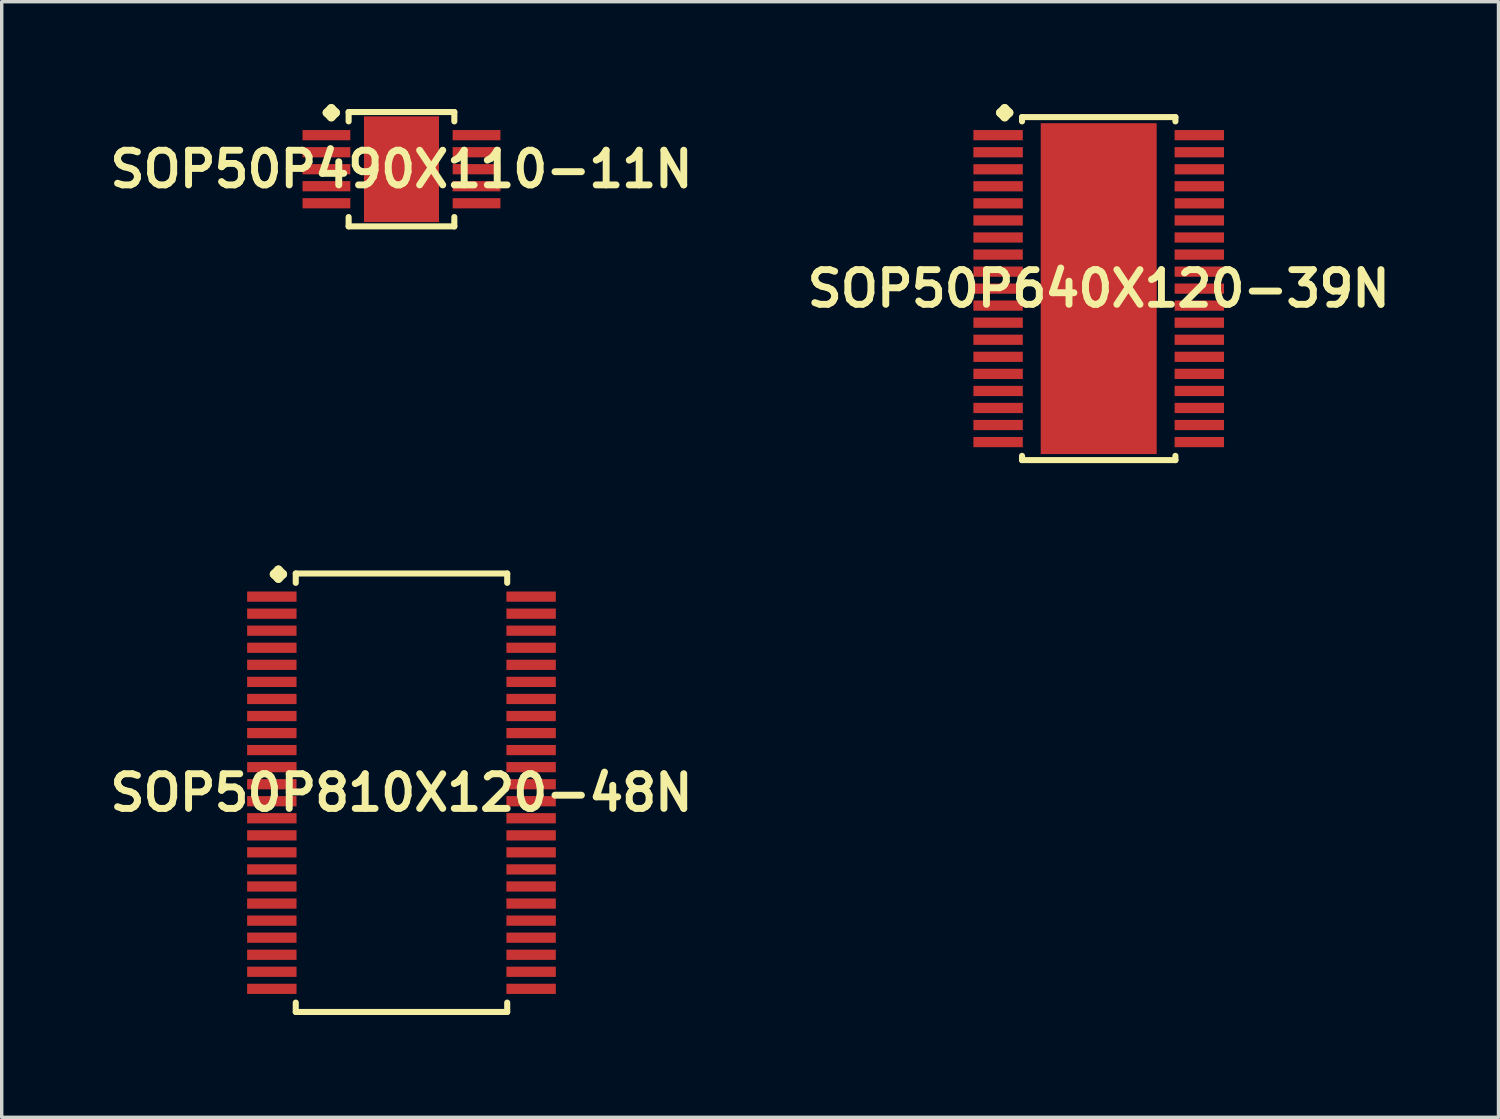
<source format=kicad_pcb>
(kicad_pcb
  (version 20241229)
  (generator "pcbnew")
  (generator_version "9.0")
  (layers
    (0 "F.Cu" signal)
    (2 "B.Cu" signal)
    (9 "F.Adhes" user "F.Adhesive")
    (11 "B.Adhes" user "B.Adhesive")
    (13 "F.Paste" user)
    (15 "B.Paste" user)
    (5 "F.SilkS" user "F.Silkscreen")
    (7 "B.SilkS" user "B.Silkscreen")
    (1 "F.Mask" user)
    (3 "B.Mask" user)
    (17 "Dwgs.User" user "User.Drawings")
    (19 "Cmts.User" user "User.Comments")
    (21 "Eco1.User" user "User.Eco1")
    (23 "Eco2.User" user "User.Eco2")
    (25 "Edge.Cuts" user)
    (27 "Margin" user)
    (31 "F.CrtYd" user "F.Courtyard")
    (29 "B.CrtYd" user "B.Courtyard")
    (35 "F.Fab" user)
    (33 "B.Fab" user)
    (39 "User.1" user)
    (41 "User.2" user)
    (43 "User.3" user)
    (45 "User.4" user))
  (footprint "SOP50P490X110-11N"
    (layer "F.Cu")
    (at 8.718 1.91)
    (property "Reference" "SOP50P490X110-11N" (at 0 0 0) (layer "F.SilkS") (effects (font (size 1.016 1.016) (thickness 0.203))))
    (attr smd)
    (fp_line (start -2.184 -1.656) (end -2.057 -1.783) (stroke (width 0.254) (type solid)) (layer "F.SilkS"))
    (fp_line (start -2.057 -1.783) (end -1.93 -1.656) (stroke (width 0.254) (type solid)) (layer "F.SilkS"))
    (fp_line (start -2.057 -1.529) (end -2.184 -1.656) (stroke (width 0.254) (type solid)) (layer "F.SilkS"))
    (fp_line (start -1.93 -1.656) (end -2.057 -1.529) (stroke (width 0.254) (type solid)) (layer "F.SilkS"))
    (fp_line (start -1.549 -1.676) (end 1.549 -1.676) (stroke (width 0.178) (type solid)) (layer "F.SilkS"))
    (fp_line (start -1.549 -1.402) (end -1.549 -1.676) (stroke (width 0.178) (type solid)) (layer "F.SilkS"))
    (fp_line (start -1.549 1.402) (end -1.549 1.676) (stroke (width 0.178) (type solid)) (layer "F.SilkS"))
    (fp_line (start -1.549 1.676) (end 1.549 1.676) (stroke (width 0.178) (type solid)) (layer "F.SilkS"))
    (fp_line (start 1.549 -1.676) (end 1.549 -1.402) (stroke (width 0.178) (type solid)) (layer "F.SilkS"))
    (fp_line (start 1.549 1.676) (end 1.549 1.402) (stroke (width 0.178) (type solid)) (layer "F.SilkS"))
    (pad "1" smd rect (at -2.2 -0.998) (size 1.4 0.3) (layers "F.Cu" "F.Mask" "F.Paste"))
    (pad "2" smd rect (at -2.2 -0.498) (size 1.4 0.3) (layers "F.Cu" "F.Mask" "F.Paste"))
    (pad "3" smd rect (at -2.2 0) (size 1.4 0.3) (layers "F.Cu" "F.Mask" "F.Paste"))
    (pad "4" smd rect (at -2.2 0.498) (size 1.4 0.3) (layers "F.Cu" "F.Mask" "F.Paste"))
    (pad "5" smd rect (at -2.2 0.998) (size 1.4 0.3) (layers "F.Cu" "F.Mask" "F.Paste"))
    (pad "6" smd rect (at 2.2 0.998) (size 1.4 0.3) (layers "F.Cu" "F.Mask" "F.Paste"))
    (pad "7" smd rect (at 2.2 0.498) (size 1.4 0.3) (layers "F.Cu" "F.Mask" "F.Paste"))
    (pad "8" smd rect (at 2.2 0) (size 1.4 0.3) (layers "F.Cu" "F.Mask" "F.Paste"))
    (pad "9" smd rect (at 2.2 -0.498) (size 1.4 0.3) (layers "F.Cu" "F.Mask" "F.Paste"))
    (pad "10" smd rect (at 2.2 -0.998) (size 1.4 0.3) (layers "F.Cu" "F.Mask" "F.Paste"))
    (pad "11" smd rect (at 0 0) (size 2.2 3.099) (layers "F.Cu" "F.Mask" "F.Paste")))
  (footprint "SOP50P810X120-48N"
    (layer "F.Cu")
    (at 8.718 20.186)
    (property "Reference" "SOP50P810X120-48N" (at 0 0 0) (layer "F.SilkS") (effects (font (size 1.016 1.016) (thickness 0.203))))
    (attr smd)
    (fp_line (start -3.734 -6.406) (end -3.607 -6.533) (stroke (width 0.254) (type solid)) (layer "F.SilkS"))
    (fp_line (start -3.607 -6.533) (end -3.48 -6.406) (stroke (width 0.254) (type solid)) (layer "F.SilkS"))
    (fp_line (start -3.607 -6.279) (end -3.734 -6.406) (stroke (width 0.254) (type solid)) (layer "F.SilkS"))
    (fp_line (start -3.48 -6.406) (end -3.607 -6.279) (stroke (width 0.254) (type solid)) (layer "F.SilkS"))
    (fp_line (start -3.099 -6.426) (end 3.099 -6.426) (stroke (width 0.178) (type solid)) (layer "F.SilkS"))
    (fp_line (start -3.099 -6.152) (end -3.099 -6.426) (stroke (width 0.178) (type solid)) (layer "F.SilkS"))
    (fp_line (start -3.099 6.152) (end -3.099 6.426) (stroke (width 0.178) (type solid)) (layer "F.SilkS"))
    (fp_line (start -3.099 6.426) (end 3.099 6.426) (stroke (width 0.178) (type solid)) (layer "F.SilkS"))
    (fp_line (start 3.099 -6.426) (end 3.099 -6.152) (stroke (width 0.178) (type solid)) (layer "F.SilkS"))
    (fp_line (start 3.099 6.426) (end 3.099 6.152) (stroke (width 0.178) (type solid)) (layer "F.SilkS"))
    (pad "1" smd rect (at -3.8 -5.748) (size 1.448 0.3) (layers "F.Cu" "F.Mask" "F.Paste"))
    (pad "2" smd rect (at -3.8 -5.248) (size 1.448 0.3) (layers "F.Cu" "F.Mask" "F.Paste"))
    (pad "3" smd rect (at -3.8 -4.75) (size 1.448 0.3) (layers "F.Cu" "F.Mask" "F.Paste"))
    (pad "4" smd rect (at -3.8 -4.249) (size 1.448 0.3) (layers "F.Cu" "F.Mask" "F.Paste"))
    (pad "5" smd rect (at -3.8 -3.749) (size 1.448 0.3) (layers "F.Cu" "F.Mask" "F.Paste"))
    (pad "6" smd rect (at -3.8 -3.249) (size 1.448 0.3) (layers "F.Cu" "F.Mask" "F.Paste"))
    (pad "7" smd rect (at -3.8 -2.748) (size 1.448 0.3) (layers "F.Cu" "F.Mask" "F.Paste"))
    (pad "8" smd rect (at -3.8 -2.248) (size 1.448 0.3) (layers "F.Cu" "F.Mask" "F.Paste"))
    (pad "9" smd rect (at -3.8 -1.748) (size 1.448 0.3) (layers "F.Cu" "F.Mask" "F.Paste"))
    (pad "10" smd rect (at -3.8 -1.25) (size 1.448 0.3) (layers "F.Cu" "F.Mask" "F.Paste"))
    (pad "11" smd rect (at -3.8 -0.749) (size 1.448 0.3) (layers "F.Cu" "F.Mask" "F.Paste"))
    (pad "12" smd rect (at -3.8 -0.249) (size 1.448 0.3) (layers "F.Cu" "F.Mask" "F.Paste"))
    (pad "13" smd rect (at -3.8 0.249) (size 1.448 0.3) (layers "F.Cu" "F.Mask" "F.Paste"))
    (pad "14" smd rect (at -3.8 0.749) (size 1.448 0.3) (layers "F.Cu" "F.Mask" "F.Paste"))
    (pad "15" smd rect (at -3.8 1.25) (size 1.448 0.3) (layers "F.Cu" "F.Mask" "F.Paste"))
    (pad "16" smd rect (at -3.8 1.748) (size 1.448 0.3) (layers "F.Cu" "F.Mask" "F.Paste"))
    (pad "17" smd rect (at -3.8 2.248) (size 1.448 0.3) (layers "F.Cu" "F.Mask" "F.Paste"))
    (pad "18" smd rect (at -3.8 2.748) (size 1.448 0.3) (layers "F.Cu" "F.Mask" "F.Paste"))
    (pad "19" smd rect (at -3.8 3.249) (size 1.448 0.3) (layers "F.Cu" "F.Mask" "F.Paste"))
    (pad "20" smd rect (at -3.8 3.749) (size 1.448 0.3) (layers "F.Cu" "F.Mask" "F.Paste"))
    (pad "21" smd rect (at -3.8 4.249) (size 1.448 0.3) (layers "F.Cu" "F.Mask" "F.Paste"))
    (pad "22" smd rect (at -3.8 4.75) (size 1.448 0.3) (layers "F.Cu" "F.Mask" "F.Paste"))
    (pad "23" smd rect (at -3.8 5.248) (size 1.448 0.3) (layers "F.Cu" "F.Mask" "F.Paste"))
    (pad "24" smd rect (at -3.8 5.748) (size 1.448 0.3) (layers "F.Cu" "F.Mask" "F.Paste"))
    (pad "25" smd rect (at 3.8 5.748) (size 1.448 0.3) (layers "F.Cu" "F.Mask" "F.Paste"))
    (pad "26" smd rect (at 3.8 5.248) (size 1.448 0.3) (layers "F.Cu" "F.Mask" "F.Paste"))
    (pad "27" smd rect (at 3.8 4.75) (size 1.448 0.3) (layers "F.Cu" "F.Mask" "F.Paste"))
    (pad "28" smd rect (at 3.8 4.249) (size 1.448 0.3) (layers "F.Cu" "F.Mask" "F.Paste"))
    (pad "29" smd rect (at 3.8 3.749) (size 1.448 0.3) (layers "F.Cu" "F.Mask" "F.Paste"))
    (pad "30" smd rect (at 3.8 3.249) (size 1.448 0.3) (layers "F.Cu" "F.Mask" "F.Paste"))
    (pad "31" smd rect (at 3.8 2.748) (size 1.448 0.3) (layers "F.Cu" "F.Mask" "F.Paste"))
    (pad "32" smd rect (at 3.8 2.248) (size 1.448 0.3) (layers "F.Cu" "F.Mask" "F.Paste"))
    (pad "33" smd rect (at 3.8 1.748) (size 1.448 0.3) (layers "F.Cu" "F.Mask" "F.Paste"))
    (pad "34" smd rect (at 3.8 1.25) (size 1.448 0.3) (layers "F.Cu" "F.Mask" "F.Paste"))
    (pad "35" smd rect (at 3.8 0.749) (size 1.448 0.3) (layers "F.Cu" "F.Mask" "F.Paste"))
    (pad "36" smd rect (at 3.8 0.249) (size 1.448 0.3) (layers "F.Cu" "F.Mask" "F.Paste"))
    (pad "37" smd rect (at 3.8 -0.249) (size 1.448 0.3) (layers "F.Cu" "F.Mask" "F.Paste"))
    (pad "38" smd rect (at 3.8 -0.749) (size 1.448 0.3) (layers "F.Cu" "F.Mask" "F.Paste"))
    (pad "39" smd rect (at 3.8 -1.25) (size 1.448 0.3) (layers "F.Cu" "F.Mask" "F.Paste"))
    (pad "40" smd rect (at 3.8 -1.748) (size 1.448 0.3) (layers "F.Cu" "F.Mask" "F.Paste"))
    (pad "41" smd rect (at 3.8 -2.248) (size 1.448 0.3) (layers "F.Cu" "F.Mask" "F.Paste"))
    (pad "42" smd rect (at 3.8 -2.748) (size 1.448 0.3) (layers "F.Cu" "F.Mask" "F.Paste"))
    (pad "43" smd rect (at 3.8 -3.249) (size 1.448 0.3) (layers "F.Cu" "F.Mask" "F.Paste"))
    (pad "44" smd rect (at 3.8 -3.749) (size 1.448 0.3) (layers "F.Cu" "F.Mask" "F.Paste"))
    (pad "45" smd rect (at 3.8 -4.249) (size 1.448 0.3) (layers "F.Cu" "F.Mask" "F.Paste"))
    (pad "46" smd rect (at 3.8 -4.75) (size 1.448 0.3) (layers "F.Cu" "F.Mask" "F.Paste"))
    (pad "47" smd rect (at 3.8 -5.248) (size 1.448 0.3) (layers "F.Cu" "F.Mask" "F.Paste"))
    (pad "48" smd rect (at 3.8 -5.748) (size 1.448 0.3) (layers "F.Cu" "F.Mask" "F.Paste")))
  (footprint "SOP50P640X120-39N"
    (layer "F.Cu")
    (at 29.155 5.41)
    (property "Reference" "SOP50P640X120-39N" (at 0 0 0) (layer "F.SilkS") (effects (font (size 1.016 1.016) (thickness 0.203))))
    (attr smd)
    (fp_line (start -2.883 -5.156) (end -2.756 -5.283) (stroke (width 0.254) (type solid)) (layer "F.SilkS"))
    (fp_line (start -2.756 -5.283) (end -2.629 -5.156) (stroke (width 0.254) (type solid)) (layer "F.SilkS"))
    (fp_line (start -2.756 -5.029) (end -2.883 -5.156) (stroke (width 0.254) (type solid)) (layer "F.SilkS"))
    (fp_line (start -2.629 -5.156) (end -2.756 -5.029) (stroke (width 0.254) (type solid)) (layer "F.SilkS"))
    (fp_line (start -2.248 -5.027) (end 2.248 -5.027) (stroke (width 0.178) (type solid)) (layer "F.SilkS"))
    (fp_line (start -2.248 -4.902) (end -2.248 -5.027) (stroke (width 0.178) (type solid)) (layer "F.SilkS"))
    (fp_line (start -2.248 4.902) (end -2.248 5.027) (stroke (width 0.178) (type solid)) (layer "F.SilkS"))
    (fp_line (start -2.248 5.027) (end 2.248 5.027) (stroke (width 0.178) (type solid)) (layer "F.SilkS"))
    (fp_line (start 2.248 -5.027) (end 2.248 -4.902) (stroke (width 0.178) (type solid)) (layer "F.SilkS"))
    (fp_line (start 2.248 5.027) (end 2.248 4.902) (stroke (width 0.178) (type solid)) (layer "F.SilkS"))
    (pad "1" smd rect (at -2.949 -4.498) (size 1.448 0.3) (layers "F.Cu" "F.Mask" "F.Paste"))
    (pad "2" smd rect (at -2.949 -3.998) (size 1.448 0.3) (layers "F.Cu" "F.Mask" "F.Paste"))
    (pad "3" smd rect (at -2.949 -3.498) (size 1.448 0.3) (layers "F.Cu" "F.Mask" "F.Paste"))
    (pad "4" smd rect (at -2.949 -3) (size 1.448 0.3) (layers "F.Cu" "F.Mask" "F.Paste"))
    (pad "5" smd rect (at -2.949 -2.499) (size 1.448 0.3) (layers "F.Cu" "F.Mask" "F.Paste"))
    (pad "6" smd rect (at -2.949 -1.999) (size 1.448 0.3) (layers "F.Cu" "F.Mask" "F.Paste"))
    (pad "7" smd rect (at -2.949 -1.499) (size 1.448 0.3) (layers "F.Cu" "F.Mask" "F.Paste"))
    (pad "8" smd rect (at -2.949 -0.998) (size 1.448 0.3) (layers "F.Cu" "F.Mask" "F.Paste"))
    (pad "9" smd rect (at -2.949 -0.498) (size 1.448 0.3) (layers "F.Cu" "F.Mask" "F.Paste"))
    (pad "10" smd rect (at -2.949 0) (size 1.448 0.3) (layers "F.Cu" "F.Mask" "F.Paste"))
    (pad "11" smd rect (at -2.949 0.498) (size 1.448 0.3) (layers "F.Cu" "F.Mask" "F.Paste"))
    (pad "12" smd rect (at -2.949 0.998) (size 1.448 0.3) (layers "F.Cu" "F.Mask" "F.Paste"))
    (pad "13" smd rect (at -2.949 1.499) (size 1.448 0.3) (layers "F.Cu" "F.Mask" "F.Paste"))
    (pad "14" smd rect (at -2.949 1.999) (size 1.448 0.3) (layers "F.Cu" "F.Mask" "F.Paste"))
    (pad "15" smd rect (at -2.949 2.499) (size 1.448 0.3) (layers "F.Cu" "F.Mask" "F.Paste"))
    (pad "16" smd rect (at -2.949 3) (size 1.448 0.3) (layers "F.Cu" "F.Mask" "F.Paste"))
    (pad "17" smd rect (at -2.949 3.498) (size 1.448 0.3) (layers "F.Cu" "F.Mask" "F.Paste"))
    (pad "18" smd rect (at -2.949 3.998) (size 1.448 0.3) (layers "F.Cu" "F.Mask" "F.Paste"))
    (pad "19" smd rect (at -2.949 4.498) (size 1.448 0.3) (layers "F.Cu" "F.Mask" "F.Paste"))
    (pad "20" smd rect (at 2.949 4.498) (size 1.448 0.3) (layers "F.Cu" "F.Mask" "F.Paste"))
    (pad "21" smd rect (at 2.949 3.998) (size 1.448 0.3) (layers "F.Cu" "F.Mask" "F.Paste"))
    (pad "22" smd rect (at 2.949 3.498) (size 1.448 0.3) (layers "F.Cu" "F.Mask" "F.Paste"))
    (pad "23" smd rect (at 2.949 3) (size 1.448 0.3) (layers "F.Cu" "F.Mask" "F.Paste"))
    (pad "24" smd rect (at 2.949 2.499) (size 1.448 0.3) (layers "F.Cu" "F.Mask" "F.Paste"))
    (pad "25" smd rect (at 2.949 1.999) (size 1.448 0.3) (layers "F.Cu" "F.Mask" "F.Paste"))
    (pad "26" smd rect (at 2.949 1.499) (size 1.448 0.3) (layers "F.Cu" "F.Mask" "F.Paste"))
    (pad "27" smd rect (at 2.949 0.998) (size 1.448 0.3) (layers "F.Cu" "F.Mask" "F.Paste"))
    (pad "28" smd rect (at 2.949 0.498) (size 1.448 0.3) (layers "F.Cu" "F.Mask" "F.Paste"))
    (pad "29" smd rect (at 2.949 0) (size 1.448 0.3) (layers "F.Cu" "F.Mask" "F.Paste"))
    (pad "30" smd rect (at 2.949 -0.498) (size 1.448 0.3) (layers "F.Cu" "F.Mask" "F.Paste"))
    (pad "31" smd rect (at 2.949 -0.998) (size 1.448 0.3) (layers "F.Cu" "F.Mask" "F.Paste"))
    (pad "32" smd rect (at 2.949 -1.499) (size 1.448 0.3) (layers "F.Cu" "F.Mask" "F.Paste"))
    (pad "33" smd rect (at 2.949 -1.999) (size 1.448 0.3) (layers "F.Cu" "F.Mask" "F.Paste"))
    (pad "34" smd rect (at 2.949 -2.499) (size 1.448 0.3) (layers "F.Cu" "F.Mask" "F.Paste"))
    (pad "35" smd rect (at 2.949 -3) (size 1.448 0.3) (layers "F.Cu" "F.Mask" "F.Paste"))
    (pad "36" smd rect (at 2.949 -3.498) (size 1.448 0.3) (layers "F.Cu" "F.Mask" "F.Paste"))
    (pad "37" smd rect (at 2.949 -3.998) (size 1.448 0.3) (layers "F.Cu" "F.Mask" "F.Paste"))
    (pad "38" smd rect (at 2.949 -4.498) (size 1.448 0.3) (layers "F.Cu" "F.Mask" "F.Paste"))
    (pad "39" smd rect (at 0 0) (size 3.399 9.698) (layers "F.Cu" "F.Mask" "F.Paste")))
  (gr_rect
    (start -3 -3)
    (end 40.873 29.701)
    (stroke (width 0.1) (type default))
    (fill no)
    (layer "Edge.Cuts")))
</source>
